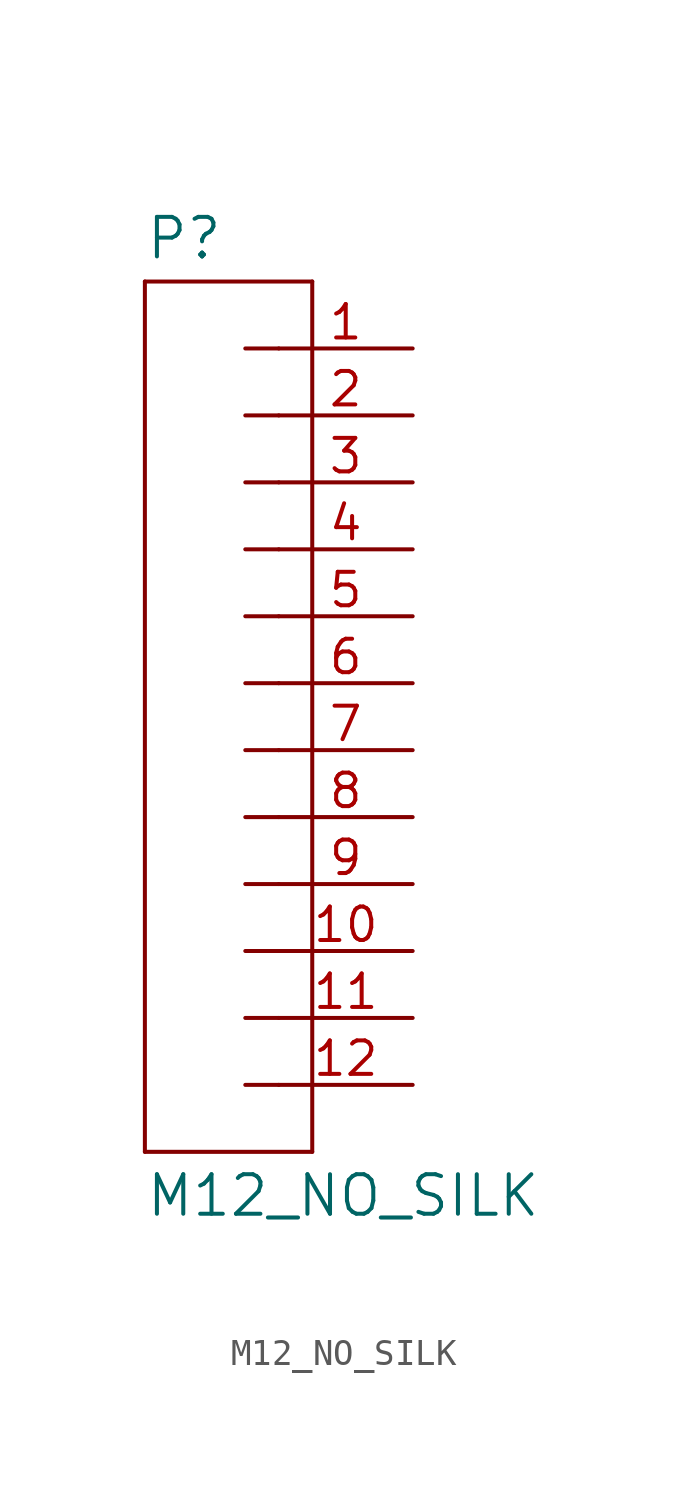
<source format=kicad_sym>
(kicad_symbol_lib
  (version 20211014)
  (generator kicad_symbol_editor)
  (symbol "M12_NO_SILK"
    (pin_names
      (offset 1.016))
    (property "Reference" "P"
      (at 0 0.762 0)
      (effects (font (size 1.499 1.499)) (justify left bottom)))
    (property "Value" "M12_NO_SILK"
      (at 0 -35.56 0)
      (effects (font (size 1.499 1.499)) (justify left bottom)))
    (property "ki_locked" ""
      (at 0 0 0)
      (effects (font (size 1.27 1.27))))
    (symbol "M12_NO_SILK_1_0"
      (polyline (pts (xy 0 -33.02) (xy 6.35 -33.02)) (stroke (width 0) (type default) (color 0 0 0 0)) (fill (type none)))
      (polyline (pts (xy 0 0) (xy 0 -33.02)) (stroke (width 0) (type default) (color 0 0 0 0)) (fill (type none)))
      (polyline (pts (xy 0 0) (xy 6.35 0)) (stroke (width 0) (type default) (color 0 0 0 0)) (fill (type none)))
      (polyline (pts (xy 3.81 -30.48) (xy 5.08 -30.48)) (stroke (width 0) (type default) (color 0 0 0 0)) (fill (type none)))
      (polyline (pts (xy 3.81 -27.94) (xy 5.08 -27.94)) (stroke (width 0) (type default) (color 0 0 0 0)) (fill (type none)))
      (polyline (pts (xy 3.81 -25.4) (xy 5.08 -25.4)) (stroke (width 0) (type default) (color 0 0 0 0)) (fill (type none)))
      (polyline (pts (xy 3.81 -22.86) (xy 5.08 -22.86)) (stroke (width 0) (type default) (color 0 0 0 0)) (fill (type none)))
      (polyline (pts (xy 3.81 -20.32) (xy 5.08 -20.32)) (stroke (width 0) (type default) (color 0 0 0 0)) (fill (type none)))
      (polyline (pts (xy 3.81 -17.78) (xy 5.08 -17.78)) (stroke (width 0) (type default) (color 0 0 0 0)) (fill (type none)))
      (polyline (pts (xy 3.81 -15.24) (xy 5.08 -15.24)) (stroke (width 0) (type default) (color 0 0 0 0)) (fill (type none)))
      (polyline (pts (xy 3.81 -12.7) (xy 5.08 -12.7)) (stroke (width 0) (type default) (color 0 0 0 0)) (fill (type none)))
      (polyline (pts (xy 3.81 -10.16) (xy 5.08 -10.16)) (stroke (width 0) (type default) (color 0 0 0 0)) (fill (type none)))
      (polyline (pts (xy 3.81 -7.62) (xy 5.08 -7.62)) (stroke (width 0) (type default) (color 0 0 0 0)) (fill (type none)))
      (polyline (pts (xy 3.81 -5.08) (xy 5.08 -5.08)) (stroke (width 0) (type default) (color 0 0 0 0)) (fill (type none)))
      (polyline (pts (xy 3.81 -2.54) (xy 5.08 -2.54)) (stroke (width 0) (type default) (color 0 0 0 0)) (fill (type none)))
      (polyline (pts (xy 6.35 -33.02) (xy 6.35 0)) (stroke (width 0) (type default) (color 0 0 0 0)) (fill (type none)))
      (pin passive line (at 10.16 -2.54 180) (length 5.08) (name "1" (effects (font (size 0 0)))) (number "1" (effects (font (size 1.27 1.27)))))
      (pin passive line (at 10.16 -25.4 180) (length 5.08) (name "10" (effects (font (size 0 0)))) (number "10" (effects (font (size 1.27 1.27)))))
      (pin passive line (at 10.16 -27.94 180) (length 5.08) (name "11" (effects (font (size 0 0)))) (number "11" (effects (font (size 1.27 1.27)))))
      (pin passive line (at 10.16 -30.48 180) (length 5.08) (name "12" (effects (font (size 0 0)))) (number "12" (effects (font (size 1.27 1.27)))))
      (pin passive line (at 10.16 -5.08 180) (length 5.08) (name "2" (effects (font (size 0 0)))) (number "2" (effects (font (size 1.27 1.27)))))
      (pin passive line (at 10.16 -7.62 180) (length 5.08) (name "3" (effects (font (size 0 0)))) (number "3" (effects (font (size 1.27 1.27)))))
      (pin passive line (at 10.16 -10.16 180) (length 5.08) (name "4" (effects (font (size 0 0)))) (number "4" (effects (font (size 1.27 1.27)))))
      (pin passive line (at 10.16 -12.7 180) (length 5.08) (name "5" (effects (font (size 0 0)))) (number "5" (effects (font (size 1.27 1.27)))))
      (pin passive line (at 10.16 -15.24 180) (length 5.08) (name "6" (effects (font (size 0 0)))) (number "6" (effects (font (size 1.27 1.27)))))
      (pin passive line (at 10.16 -17.78 180) (length 5.08) (name "7" (effects (font (size 0 0)))) (number "7" (effects (font (size 1.27 1.27)))))
      (pin passive line (at 10.16 -20.32 180) (length 5.08) (name "8" (effects (font (size 0 0)))) (number "8" (effects (font (size 1.27 1.27)))))
      (pin passive line (at 10.16 -22.86 180) (length 5.08) (name "9" (effects (font (size 0 0)))) (number "9" (effects (font (size 1.27 1.27))))))))
</source>
